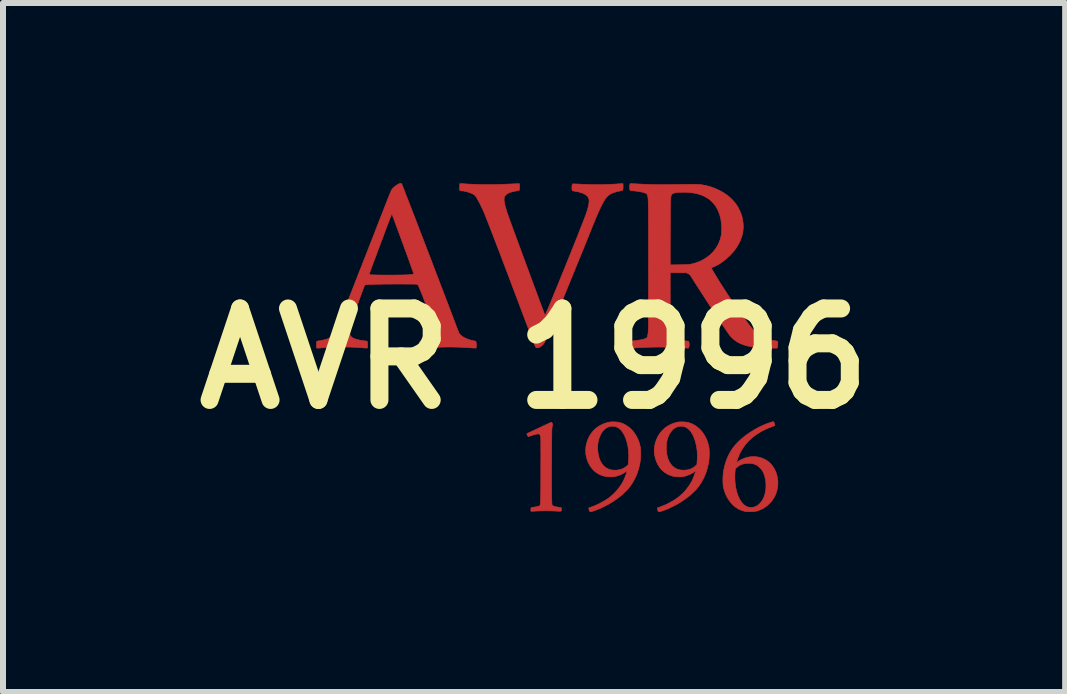
<source format=kicad_pcb>
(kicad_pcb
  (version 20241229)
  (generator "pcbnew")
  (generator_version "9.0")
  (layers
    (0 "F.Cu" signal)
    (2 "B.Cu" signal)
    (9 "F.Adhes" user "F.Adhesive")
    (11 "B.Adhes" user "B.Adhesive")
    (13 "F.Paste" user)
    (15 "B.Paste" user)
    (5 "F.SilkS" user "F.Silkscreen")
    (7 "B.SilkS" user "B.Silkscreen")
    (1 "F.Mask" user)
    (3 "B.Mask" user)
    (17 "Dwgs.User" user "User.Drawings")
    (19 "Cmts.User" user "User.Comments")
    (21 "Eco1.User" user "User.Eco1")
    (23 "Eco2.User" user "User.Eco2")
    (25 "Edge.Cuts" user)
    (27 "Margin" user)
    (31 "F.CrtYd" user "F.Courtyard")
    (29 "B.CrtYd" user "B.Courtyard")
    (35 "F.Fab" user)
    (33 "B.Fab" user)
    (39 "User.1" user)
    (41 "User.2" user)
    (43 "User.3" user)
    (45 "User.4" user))
  (footprint "AVR 1996"
    (layer "F.Cu")
    (at 5.849 2.925)
    (property "Reference" "AVR 1996" (at 0 0 0) (layer "F.SilkS") (effects (font (size 1.524 1.524) (thickness 0.3))))
    (attr through_hole)
    (fp_poly (pts (xy 0.296 1.066) (xy 0.303 1.078) (xy 0.303 1.078) (xy 0.306 1.086) (xy 0.307 1.094) (xy 0.307 1.103) (xy 0.306 1.117) (xy 0.302 1.138) (xy 0.302 1.138) (xy 0.301 1.145) (xy 0.3 1.153) (xy 0.299 1.161) (xy 0.298 1.171) (xy 0.298 1.183) (xy 0.297 1.198) (xy 0.297 1.215) (xy 0.296 1.236) (xy 0.296 1.261) (xy 0.295 1.289) (xy 0.295 1.323) (xy 0.295 1.361) (xy 0.294 1.405) (xy 0.294 1.455) (xy 0.294 1.512) (xy 0.294 1.575) (xy 0.294 1.646) (xy 0.293 1.724) (xy 0.293 1.767) (xy 0.293 1.856) (xy 0.293 1.937) (xy 0.293 2.01) (xy 0.293 2.075) (xy 0.293 2.134) (xy 0.293 2.186) (xy 0.293 2.232) (xy 0.294 2.273) (xy 0.294 2.308) (xy 0.295 2.338) (xy 0.295 2.363) (xy 0.296 2.384) (xy 0.297 2.402) (xy 0.298 2.416) (xy 0.299 2.427) (xy 0.3 2.435) (xy 0.302 2.441) (xy 0.303 2.443) (xy 0.31 2.451) (xy 0.324 2.458) (xy 0.345 2.465) (xy 0.371 2.471) (xy 0.402 2.476) (xy 0.423 2.479) (xy 0.438 2.481) (xy 0.449 2.484) (xy 0.454 2.487) (xy 0.456 2.494) (xy 0.457 2.507) (xy 0.457 2.521) (xy 0.455 2.534) (xy 0.453 2.54) (xy 0.451 2.541) (xy 0.447 2.543) (xy 0.439 2.543) (xy 0.427 2.544) (xy 0.41 2.543) (xy 0.387 2.542) (xy 0.357 2.541) (xy 0.338 2.54) (xy 0.261 2.537) (xy 0.183 2.537) (xy 0.102 2.538) (xy 0.015 2.542) (xy -0.001 2.543) (xy -0.05 2.545) (xy -0.053 2.527) (xy -0.054 2.512) (xy -0.052 2.498) (xy -0.052 2.496) (xy -0.05 2.49) (xy -0.047 2.486) (xy -0.042 2.483) (xy -0.033 2.481) (xy -0.018 2.479) (xy 0.002 2.475) (xy 0.035 2.47) (xy 0.062 2.464) (xy 0.082 2.458) (xy 0.094 2.452) (xy 0.097 2.45) (xy 0.099 2.447) (xy 0.101 2.443) (xy 0.102 2.439) (xy 0.104 2.433) (xy 0.105 2.425) (xy 0.106 2.414) (xy 0.107 2.401) (xy 0.108 2.384) (xy 0.109 2.364) (xy 0.11 2.339) (xy 0.11 2.31) (xy 0.111 2.277) (xy 0.111 2.237) (xy 0.112 2.192) (xy 0.112 2.14) (xy 0.112 2.082) (xy 0.113 2.017) (xy 0.113 1.944) (xy 0.113 1.863) (xy 0.113 1.859) (xy 0.113 1.77) (xy 0.113 1.689) (xy 0.114 1.616) (xy 0.113 1.552) (xy 0.113 1.495) (xy 0.113 1.445) (xy 0.113 1.403) (xy 0.113 1.368) (xy 0.112 1.341) (xy 0.112 1.32) (xy 0.111 1.306) (xy 0.11 1.298) (xy 0.11 1.297) (xy 0.102 1.276) (xy 0.09 1.262) (xy 0.077 1.255) (xy 0.066 1.255) (xy 0.048 1.257) (xy 0.025 1.262) (xy -0.002 1.27) (xy -0.033 1.279) (xy -0.046 1.284) (xy -0.094 1.301) (xy -0.104 1.29) (xy -0.112 1.279) (xy -0.117 1.265) (xy -0.119 1.251) (xy -0.065 1.226) (xy -0.048 1.218) (xy -0.025 1.207) (xy 0.003 1.194) (xy 0.035 1.179) (xy 0.069 1.163) (xy 0.104 1.146) (xy 0.135 1.132) (xy 0.167 1.116) (xy 0.198 1.102) (xy 0.226 1.089) (xy 0.249 1.078) (xy 0.268 1.07) (xy 0.281 1.065) (xy 0.288 1.063) (xy 0.288 1.063) (xy 0.296 1.066)) (stroke (width 0.01) (type solid)) (fill yes) (layer "F.Cu"))
    (fp_poly (pts (xy 1.357 1.056) (xy 1.39 1.059) (xy 1.419 1.063) (xy 1.434 1.067) (xy 1.488 1.086) (xy 1.539 1.114) (xy 1.586 1.148) (xy 1.63 1.188) (xy 1.668 1.234) (xy 1.702 1.286) (xy 1.73 1.341) (xy 1.753 1.401) (xy 1.769 1.465) (xy 1.772 1.481) (xy 1.775 1.511) (xy 1.777 1.548) (xy 1.778 1.588) (xy 1.776 1.63) (xy 1.774 1.672) (xy 1.769 1.712) (xy 1.765 1.74) (xy 1.746 1.826) (xy 1.72 1.909) (xy 1.687 1.987) (xy 1.646 2.061) (xy 1.6 2.131) (xy 1.579 2.156) (xy 1.562 2.177) (xy 1.539 2.201) (xy 1.513 2.226) (xy 1.486 2.252) (xy 1.459 2.276) (xy 1.439 2.293) (xy 1.375 2.341) (xy 1.306 2.388) (xy 1.232 2.432) (xy 1.157 2.471) (xy 1.081 2.506) (xy 1.008 2.534) (xy 0.998 2.537) (xy 0.974 2.545) (xy 0.956 2.55) (xy 0.943 2.552) (xy 0.935 2.551) (xy 0.929 2.547) (xy 0.925 2.543) (xy 0.921 2.534) (xy 0.917 2.521) (xy 0.914 2.507) (xy 0.913 2.496) (xy 0.913 2.489) (xy 0.914 2.489) (xy 0.919 2.486) (xy 0.93 2.482) (xy 0.94 2.479) (xy 0.996 2.458) (xy 1.055 2.433) (xy 1.115 2.403) (xy 1.173 2.37) (xy 1.227 2.336) (xy 1.275 2.3) (xy 1.278 2.297) (xy 1.329 2.252) (xy 1.377 2.202) (xy 1.42 2.147) (xy 1.459 2.091) (xy 1.491 2.034) (xy 1.498 2.019) (xy 1.506 2) (xy 1.515 1.978) (xy 1.524 1.954) (xy 1.533 1.93) (xy 1.54 1.908) (xy 1.546 1.891) (xy 1.547 1.884) (xy 1.55 1.87) (xy 1.528 1.887) (xy 1.495 1.909) (xy 1.456 1.929) (xy 1.414 1.946) (xy 1.371 1.96) (xy 1.33 1.969) (xy 1.328 1.969) (xy 1.292 1.972) (xy 1.251 1.971) (xy 1.209 1.967) (xy 1.167 1.959) (xy 1.13 1.948) (xy 1.08 1.926) (xy 1.034 1.897) (xy 0.992 1.862) (xy 0.955 1.82) (xy 0.924 1.773) (xy 0.898 1.721) (xy 0.879 1.665) (xy 0.865 1.604) (xy 0.863 1.59) (xy 0.86 1.53) (xy 0.861 1.509) (xy 1.06 1.509) (xy 1.062 1.54) (xy 1.071 1.601) (xy 1.085 1.657) (xy 1.104 1.706) (xy 1.128 1.748) (xy 1.157 1.784) (xy 1.19 1.813) (xy 1.228 1.836) (xy 1.27 1.851) (xy 1.317 1.859) (xy 1.367 1.86) (xy 1.421 1.853) (xy 1.427 1.851) (xy 1.469 1.839) (xy 1.508 1.819) (xy 1.542 1.794) (xy 1.544 1.792) (xy 1.571 1.767) (xy 1.575 1.706) (xy 1.579 1.618) (xy 1.575 1.535) (xy 1.563 1.455) (xy 1.544 1.378) (xy 1.524 1.319) (xy 1.502 1.27) (xy 1.476 1.227) (xy 1.448 1.191) (xy 1.416 1.163) (xy 1.383 1.143) (xy 1.347 1.131) (xy 1.309 1.127) (xy 1.294 1.127) (xy 1.254 1.134) (xy 1.217 1.149) (xy 1.183 1.171) (xy 1.153 1.201) (xy 1.125 1.239) (xy 1.105 1.276) (xy 1.084 1.328) (xy 1.069 1.385) (xy 1.061 1.445) (xy 1.06 1.509) (xy 0.861 1.509) (xy 0.864 1.47) (xy 0.876 1.411) (xy 0.895 1.354) (xy 0.92 1.299) (xy 0.952 1.248) (xy 0.99 1.202) (xy 1.033 1.161) (xy 1.05 1.147) (xy 1.097 1.117) (xy 1.148 1.091) (xy 1.201 1.072) (xy 1.253 1.059) (xy 1.261 1.058) (xy 1.29 1.055) (xy 1.323 1.055) (xy 1.357 1.056)) (stroke (width 0.01) (type solid)) (fill yes) (layer "F.Cu"))
    (fp_poly (pts (xy 2.5 1.056) (xy 2.533 1.059) (xy 2.562 1.063) (xy 2.577 1.067) (xy 2.631 1.086) (xy 2.682 1.114) (xy 2.729 1.148) (xy 2.773 1.188) (xy 2.811 1.234) (xy 2.845 1.286) (xy 2.873 1.341) (xy 2.896 1.401) (xy 2.912 1.465) (xy 2.915 1.481) (xy 2.918 1.511) (xy 2.92 1.548) (xy 2.921 1.588) (xy 2.919 1.63) (xy 2.917 1.672) (xy 2.912 1.712) (xy 2.908 1.74) (xy 2.889 1.826) (xy 2.863 1.909) (xy 2.83 1.987) (xy 2.789 2.061) (xy 2.743 2.131) (xy 2.722 2.156) (xy 2.705 2.177) (xy 2.682 2.201) (xy 2.656 2.226) (xy 2.629 2.252) (xy 2.602 2.276) (xy 2.582 2.293) (xy 2.518 2.341) (xy 2.449 2.388) (xy 2.375 2.432) (xy 2.3 2.471) (xy 2.224 2.506) (xy 2.151 2.534) (xy 2.141 2.537) (xy 2.117 2.545) (xy 2.099 2.55) (xy 2.086 2.552) (xy 2.078 2.551) (xy 2.072 2.547) (xy 2.068 2.543) (xy 2.064 2.534) (xy 2.06 2.521) (xy 2.057 2.507) (xy 2.056 2.496) (xy 2.056 2.489) (xy 2.057 2.489) (xy 2.062 2.486) (xy 2.073 2.482) (xy 2.083 2.479) (xy 2.139 2.458) (xy 2.198 2.433) (xy 2.258 2.403) (xy 2.316 2.37) (xy 2.37 2.336) (xy 2.418 2.3) (xy 2.421 2.297) (xy 2.472 2.252) (xy 2.52 2.202) (xy 2.563 2.147) (xy 2.602 2.091) (xy 2.634 2.034) (xy 2.641 2.019) (xy 2.649 2) (xy 2.658 1.978) (xy 2.667 1.954) (xy 2.676 1.93) (xy 2.683 1.908) (xy 2.689 1.891) (xy 2.69 1.884) (xy 2.693 1.87) (xy 2.671 1.887) (xy 2.638 1.909) (xy 2.599 1.929) (xy 2.557 1.946) (xy 2.514 1.96) (xy 2.473 1.969) (xy 2.471 1.969) (xy 2.435 1.972) (xy 2.394 1.971) (xy 2.352 1.967) (xy 2.31 1.959) (xy 2.273 1.948) (xy 2.223 1.926) (xy 2.177 1.897) (xy 2.135 1.862) (xy 2.098 1.82) (xy 2.067 1.773) (xy 2.041 1.721) (xy 2.022 1.665) (xy 2.008 1.604) (xy 2.006 1.59) (xy 2.003 1.53) (xy 2.004 1.509) (xy 2.203 1.509) (xy 2.205 1.54) (xy 2.214 1.601) (xy 2.228 1.657) (xy 2.247 1.706) (xy 2.271 1.748) (xy 2.3 1.784) (xy 2.333 1.813) (xy 2.371 1.836) (xy 2.413 1.851) (xy 2.46 1.859) (xy 2.51 1.86) (xy 2.564 1.853) (xy 2.57 1.851) (xy 2.612 1.839) (xy 2.651 1.819) (xy 2.685 1.794) (xy 2.687 1.792) (xy 2.714 1.767) (xy 2.718 1.706) (xy 2.722 1.618) (xy 2.718 1.535) (xy 2.706 1.455) (xy 2.687 1.378) (xy 2.667 1.319) (xy 2.645 1.27) (xy 2.619 1.227) (xy 2.591 1.191) (xy 2.559 1.163) (xy 2.526 1.143) (xy 2.49 1.131) (xy 2.452 1.127) (xy 2.437 1.127) (xy 2.397 1.134) (xy 2.36 1.149) (xy 2.326 1.171) (xy 2.296 1.201) (xy 2.268 1.239) (xy 2.248 1.276) (xy 2.227 1.328) (xy 2.212 1.385) (xy 2.204 1.445) (xy 2.203 1.509) (xy 2.004 1.509) (xy 2.007 1.47) (xy 2.019 1.411) (xy 2.038 1.354) (xy 2.063 1.299) (xy 2.095 1.248) (xy 2.133 1.202) (xy 2.176 1.161) (xy 2.193 1.147) (xy 2.24 1.117) (xy 2.291 1.091) (xy 2.344 1.072) (xy 2.396 1.059) (xy 2.404 1.058) (xy 2.433 1.055) (xy 2.466 1.055) (xy 2.5 1.056)) (stroke (width 0.01) (type solid)) (fill yes) (layer "F.Cu"))
    (fp_poly (pts (xy 3.99 1.052) (xy 3.995 1.058) (xy 4.001 1.07) (xy 4.006 1.085) (xy 4.01 1.102) (xy 4.011 1.103) (xy 4.013 1.116) (xy 3.953 1.138) (xy 3.865 1.175) (xy 3.784 1.216) (xy 3.71 1.262) (xy 3.642 1.312) (xy 3.581 1.367) (xy 3.527 1.427) (xy 3.48 1.491) (xy 3.44 1.559) (xy 3.431 1.577) (xy 3.423 1.594) (xy 3.415 1.615) (xy 3.406 1.637) (xy 3.397 1.66) (xy 3.389 1.682) (xy 3.383 1.701) (xy 3.378 1.716) (xy 3.375 1.727) (xy 3.375 1.73) (xy 3.379 1.729) (xy 3.389 1.723) (xy 3.401 1.715) (xy 3.405 1.712) (xy 3.439 1.691) (xy 3.479 1.672) (xy 3.522 1.655) (xy 3.541 1.649) (xy 3.575 1.641) (xy 3.615 1.636) (xy 3.656 1.634) (xy 3.696 1.636) (xy 3.731 1.64) (xy 3.788 1.655) (xy 3.841 1.677) (xy 3.888 1.705) (xy 3.931 1.74) (xy 3.968 1.781) (xy 4 1.829) (xy 4.026 1.882) (xy 4.046 1.941) (xy 4.055 1.981) (xy 4.062 2.025) (xy 4.064 2.073) (xy 4.064 2.074) (xy 4.06 2.137) (xy 4.048 2.198) (xy 4.029 2.256) (xy 4.003 2.311) (xy 3.97 2.362) (xy 3.932 2.408) (xy 3.888 2.449) (xy 3.839 2.485) (xy 3.785 2.514) (xy 3.727 2.536) (xy 3.71 2.541) (xy 3.688 2.545) (xy 3.66 2.548) (xy 3.628 2.551) (xy 3.596 2.552) (xy 3.565 2.551) (xy 3.537 2.55) (xy 3.515 2.547) (xy 3.514 2.546) (xy 3.457 2.53) (xy 3.404 2.506) (xy 3.356 2.475) (xy 3.311 2.436) (xy 3.27 2.39) (xy 3.241 2.35) (xy 3.212 2.302) (xy 3.189 2.253) (xy 3.17 2.199) (xy 3.155 2.142) (xy 3.152 2.119) (xy 3.149 2.09) (xy 3.148 2.056) (xy 3.147 2.019) (xy 3.148 1.984) (xy 3.346 1.984) (xy 3.349 2.049) (xy 3.355 2.112) (xy 3.366 2.172) (xy 3.38 2.228) (xy 3.397 2.28) (xy 3.418 2.327) (xy 3.442 2.369) (xy 3.468 2.406) (xy 3.497 2.435) (xy 3.528 2.458) (xy 3.561 2.473) (xy 3.568 2.475) (xy 3.59 2.479) (xy 3.616 2.48) (xy 3.642 2.479) (xy 3.661 2.476) (xy 3.696 2.464) (xy 3.73 2.444) (xy 3.761 2.417) (xy 3.789 2.384) (xy 3.814 2.345) (xy 3.825 2.323) (xy 3.843 2.276) (xy 3.855 2.224) (xy 3.863 2.168) (xy 3.865 2.112) (xy 3.862 2.055) (xy 3.853 1.999) (xy 3.84 1.947) (xy 3.821 1.9) (xy 3.812 1.88) (xy 3.796 1.857) (xy 3.776 1.833) (xy 3.754 1.81) (xy 3.73 1.79) (xy 3.708 1.775) (xy 3.7 1.77) (xy 3.657 1.755) (xy 3.61 1.746) (xy 3.56 1.745) (xy 3.556 1.746) (xy 3.509 1.751) (xy 3.468 1.761) (xy 3.432 1.776) (xy 3.399 1.797) (xy 3.38 1.814) (xy 3.353 1.839) (xy 3.348 1.917) (xy 3.346 1.984) (xy 3.148 1.984) (xy 3.148 1.982) (xy 3.15 1.945) (xy 3.153 1.911) (xy 3.155 1.89) (xy 3.171 1.81) (xy 3.192 1.732) (xy 3.22 1.657) (xy 3.253 1.586) (xy 3.292 1.521) (xy 3.318 1.484) (xy 3.362 1.43) (xy 3.414 1.377) (xy 3.472 1.325) (xy 3.536 1.274) (xy 3.605 1.227) (xy 3.677 1.182) (xy 3.751 1.142) (xy 3.813 1.113) (xy 3.838 1.102) (xy 3.865 1.091) (xy 3.892 1.081) (xy 3.918 1.072) (xy 3.942 1.064) (xy 3.963 1.057) (xy 3.978 1.053) (xy 3.988 1.052) (xy 3.99 1.052)) (stroke (width 0.01) (type solid)) (fill yes) (layer "F.Cu"))
    (fp_poly (pts (xy 1.481 -2.915) (xy 1.481 -2.914) (xy 1.483 -2.909) (xy 1.483 -2.897) (xy 1.484 -2.88) (xy 1.484 -2.862) (xy 1.483 -2.843) (xy 1.482 -2.827) (xy 1.48 -2.814) (xy 1.479 -2.809) (xy 1.474 -2.804) (xy 1.466 -2.8) (xy 1.452 -2.797) (xy 1.439 -2.794) (xy 1.408 -2.788) (xy 1.373 -2.78) (xy 1.339 -2.769) (xy 1.307 -2.758) (xy 1.289 -2.749) (xy 1.265 -2.737) (xy 1.244 -2.722) (xy 1.224 -2.705) (xy 1.205 -2.684) (xy 1.186 -2.659) (xy 1.167 -2.628) (xy 1.146 -2.592) (xy 1.127 -2.554) (xy 1.115 -2.531) (xy 1.104 -2.507) (xy 1.092 -2.483) (xy 1.08 -2.457) (xy 1.068 -2.429) (xy 1.055 -2.399) (xy 1.04 -2.365) (xy 1.024 -2.327) (xy 1.007 -2.284) (xy 0.987 -2.236) (xy 0.965 -2.182) (xy 0.941 -2.121) (xy 0.921 -2.072) (xy 0.891 -1.998) (xy 0.86 -1.921) (xy 0.828 -1.842) (xy 0.795 -1.761) (xy 0.761 -1.678) (xy 0.727 -1.595) (xy 0.693 -1.511) (xy 0.659 -1.426) (xy 0.624 -1.342) (xy 0.59 -1.258) (xy 0.555 -1.174) (xy 0.522 -1.093) (xy 0.489 -1.012) (xy 0.456 -0.934) (xy 0.425 -0.858) (xy 0.395 -0.785) (xy 0.366 -0.716) (xy 0.338 -0.65) (xy 0.312 -0.587) (xy 0.288 -0.53) (xy 0.266 -0.476) (xy 0.246 -0.429) (xy 0.228 -0.386) (xy 0.212 -0.35) (xy 0.199 -0.319) (xy 0.188 -0.296) (xy 0.181 -0.28) (xy 0.177 -0.271) (xy 0.156 -0.241) (xy 0.132 -0.216) (xy 0.106 -0.196) (xy 0.079 -0.184) (xy 0.06 -0.179) (xy 0.046 -0.178) (xy 0.038 -0.181) (xy 0.033 -0.185) (xy 0.031 -0.187) (xy 0.029 -0.189) (xy 0.027 -0.192) (xy 0.025 -0.196) (xy 0.022 -0.201) (xy 0.019 -0.208) (xy 0.015 -0.216) (xy 0.01 -0.227) (xy 0.005 -0.241) (xy -0.002 -0.257) (xy -0.01 -0.277) (xy -0.019 -0.301) (xy -0.029 -0.328) (xy -0.042 -0.36) (xy -0.056 -0.397) (xy -0.071 -0.439) (xy -0.089 -0.486) (xy -0.109 -0.539) (xy -0.132 -0.598) (xy -0.156 -0.664) (xy -0.184 -0.736) (xy -0.214 -0.816) (xy -0.247 -0.903) (xy -0.248 -0.908) (xy -0.298 -1.039) (xy -0.346 -1.166) (xy -0.392 -1.288) (xy -0.436 -1.405) (xy -0.479 -1.518) (xy -0.52 -1.625) (xy -0.558 -1.727) (xy -0.595 -1.823) (xy -0.63 -1.913) (xy -0.662 -1.998) (xy -0.692 -2.076) (xy -0.72 -2.148) (xy -0.745 -2.213) (xy -0.768 -2.271) (xy -0.788 -2.322) (xy -0.806 -2.366) (xy -0.82 -2.403) (xy -0.832 -2.432) (xy -0.836 -2.441) (xy -0.851 -2.475) (xy -0.868 -2.51) (xy -0.885 -2.546) (xy -0.903 -2.582) (xy -0.92 -2.615) (xy -0.937 -2.646) (xy -0.952 -2.672) (xy -0.965 -2.694) (xy -0.976 -2.709) (xy -0.979 -2.713) (xy -0.998 -2.729) (xy -1.023 -2.744) (xy -1.054 -2.758) (xy -1.09 -2.771) (xy -1.129 -2.782) (xy -1.171 -2.791) (xy -1.21 -2.796) (xy -1.225 -2.798) (xy -1.233 -2.801) (xy -1.237 -2.805) (xy -1.239 -2.809) (xy -1.24 -2.817) (xy -1.24 -2.831) (xy -1.24 -2.848) (xy -1.24 -2.867) (xy -1.239 -2.885) (xy -1.238 -2.9) (xy -1.237 -2.911) (xy -1.236 -2.914) (xy -1.231 -2.915) (xy -1.219 -2.915) (xy -1.2 -2.914) (xy -1.176 -2.913) (xy -1.147 -2.911) (xy -1.115 -2.909) (xy -1.083 -2.907) (xy -0.949 -2.901) (xy -0.807 -2.898) (xy -0.66 -2.899) (xy -0.507 -2.903) (xy -0.42 -2.908) (xy -0.382 -2.909) (xy -0.348 -2.911) (xy -0.316 -2.912) (xy -0.29 -2.913) (xy -0.269 -2.914) (xy -0.254 -2.915) (xy -0.246 -2.914) (xy -0.245 -2.914) (xy -0.243 -2.909) (xy -0.242 -2.898) (xy -0.242 -2.882) (xy -0.241 -2.864) (xy -0.242 -2.845) (xy -0.243 -2.829) (xy -0.244 -2.816) (xy -0.245 -2.81) (xy -0.248 -2.805) (xy -0.253 -2.801) (xy -0.262 -2.798) (xy -0.277 -2.796) (xy -0.284 -2.795) (xy -0.313 -2.79) (xy -0.343 -2.783) (xy -0.372 -2.776) (xy -0.398 -2.769) (xy -0.419 -2.761) (xy -0.426 -2.758) (xy -0.449 -2.744) (xy -0.47 -2.727) (xy -0.485 -2.709) (xy -0.492 -2.699) (xy -0.497 -2.681) (xy -0.499 -2.658) (xy -0.498 -2.629) (xy -0.493 -2.596) (xy -0.485 -2.556) (xy -0.472 -2.51) (xy -0.456 -2.456) (xy -0.452 -2.443) (xy -0.448 -2.43) (xy -0.441 -2.411) (xy -0.432 -2.385) (xy -0.42 -2.353) (xy -0.407 -2.315) (xy -0.391 -2.272) (xy -0.374 -2.224) (xy -0.355 -2.172) (xy -0.334 -2.116) (xy -0.312 -2.056) (xy -0.289 -1.993) (xy -0.265 -1.928) (xy -0.24 -1.86) (xy -0.215 -1.791) (xy -0.189 -1.72) (xy -0.162 -1.649) (xy -0.136 -1.577) (xy -0.109 -1.505) (xy -0.083 -1.434) (xy -0.057 -1.363) (xy -0.031 -1.294) (xy -0.007 -1.227) (xy 0.018 -1.162) (xy 0.041 -1.1) (xy 0.063 -1.041) (xy 0.083 -0.985) (xy 0.102 -0.934) (xy 0.12 -0.887) (xy 0.136 -0.845) (xy 0.15 -0.808) (xy 0.161 -0.777) (xy 0.171 -0.753) (xy 0.178 -0.735) (xy 0.182 -0.724) (xy 0.184 -0.721) (xy 0.186 -0.724) (xy 0.191 -0.735) (xy 0.199 -0.752) (xy 0.209 -0.777) (xy 0.222 -0.807) (xy 0.238 -0.843) (xy 0.255 -0.884) (xy 0.274 -0.93) (xy 0.295 -0.981) (xy 0.318 -1.036) (xy 0.341 -1.094) (xy 0.367 -1.155) (xy 0.393 -1.219) (xy 0.42 -1.285) (xy 0.447 -1.353) (xy 0.475 -1.422) (xy 0.504 -1.493) (xy 0.533 -1.563) (xy 0.561 -1.634) (xy 0.59 -1.705) (xy 0.618 -1.775) (xy 0.645 -1.843) (xy 0.672 -1.91) (xy 0.698 -1.975) (xy 0.723 -2.037) (xy 0.746 -2.097) (xy 0.768 -2.153) (xy 0.789 -2.205) (xy 0.808 -2.253) (xy 0.825 -2.296) (xy 0.839 -2.335) (xy 0.852 -2.367) (xy 0.862 -2.394) (xy 0.869 -2.414) (xy 0.871 -2.419) (xy 0.886 -2.465) (xy 0.898 -2.509) (xy 0.907 -2.549) (xy 0.914 -2.586) (xy 0.917 -2.617) (xy 0.917 -2.642) (xy 0.915 -2.657) (xy 0.903 -2.686) (xy 0.883 -2.711) (xy 0.855 -2.733) (xy 0.819 -2.752) (xy 0.776 -2.768) (xy 0.725 -2.781) (xy 0.667 -2.791) (xy 0.66 -2.792) (xy 0.647 -2.794) (xy 0.64 -2.798) (xy 0.636 -2.805) (xy 0.635 -2.808) (xy 0.632 -2.822) (xy 0.631 -2.84) (xy 0.631 -2.86) (xy 0.633 -2.879) (xy 0.636 -2.895) (xy 0.64 -2.907) (xy 0.644 -2.911) (xy 0.649 -2.911) (xy 0.661 -2.911) (xy 0.68 -2.91) (xy 0.704 -2.909) (xy 0.732 -2.908) (xy 0.764 -2.906) (xy 0.776 -2.906) (xy 0.858 -2.902) (xy 0.943 -2.899) (xy 1.029 -2.898) (xy 1.115 -2.898) (xy 1.197 -2.9) (xy 1.275 -2.903) (xy 1.347 -2.907) (xy 1.354 -2.907) (xy 1.386 -2.91) (xy 1.415 -2.912) (xy 1.44 -2.913) (xy 1.46 -2.914) (xy 1.474 -2.915) (xy 1.481 -2.915)) (stroke (width 0.01) (type solid)) (fill yes) (layer "F.Cu"))
    (fp_poly (pts (xy 1.622 -2.915) (xy 1.641 -2.914) (xy 1.666 -2.913) (xy 1.695 -2.912) (xy 1.728 -2.91) (xy 1.764 -2.908) (xy 1.768 -2.908) (xy 1.817 -2.905) (xy 1.866 -2.903) (xy 1.916 -2.901) (xy 1.969 -2.9) (xy 2.024 -2.899) (xy 2.082 -2.898) (xy 2.146 -2.898) (xy 2.214 -2.898) (xy 2.288 -2.899) (xy 2.369 -2.9) (xy 2.457 -2.901) (xy 2.485 -2.901) (xy 2.54 -2.902) (xy 2.588 -2.903) (xy 2.63 -2.903) (xy 2.665 -2.903) (xy 2.696 -2.903) (xy 2.722 -2.902) (xy 2.746 -2.901) (xy 2.767 -2.899) (xy 2.787 -2.897) (xy 2.807 -2.894) (xy 2.828 -2.89) (xy 2.849 -2.886) (xy 2.857 -2.885) (xy 2.934 -2.865) (xy 3.009 -2.839) (xy 3.083 -2.805) (xy 3.154 -2.766) (xy 3.219 -2.722) (xy 3.239 -2.706) (xy 3.265 -2.684) (xy 3.293 -2.657) (xy 3.32 -2.629) (xy 3.345 -2.6) (xy 3.366 -2.574) (xy 3.375 -2.56) (xy 3.391 -2.536) (xy 3.407 -2.506) (xy 3.423 -2.474) (xy 3.438 -2.443) (xy 3.449 -2.414) (xy 3.455 -2.4) (xy 3.467 -2.356) (xy 3.477 -2.307) (xy 3.484 -2.257) (xy 3.487 -2.209) (xy 3.486 -2.166) (xy 3.486 -2.165) (xy 3.478 -2.097) (xy 3.461 -2.03) (xy 3.436 -1.964) (xy 3.403 -1.898) (xy 3.363 -1.835) (xy 3.316 -1.774) (xy 3.263 -1.716) (xy 3.202 -1.661) (xy 3.136 -1.609) (xy 3.128 -1.604) (xy 3.097 -1.583) (xy 3.063 -1.563) (xy 3.028 -1.544) (xy 2.995 -1.529) (xy 2.989 -1.527) (xy 2.974 -1.52) (xy 2.962 -1.514) (xy 2.955 -1.51) (xy 2.955 -1.509) (xy 2.957 -1.504) (xy 2.963 -1.492) (xy 2.973 -1.475) (xy 2.985 -1.454) (xy 3 -1.428) (xy 3.017 -1.4) (xy 3.036 -1.369) (xy 3.055 -1.337) (xy 3.075 -1.305) (xy 3.095 -1.273) (xy 3.104 -1.257) (xy 3.161 -1.169) (xy 3.22 -1.077) (xy 3.284 -0.983) (xy 3.351 -0.885) (xy 3.424 -0.783) (xy 3.502 -0.675) (xy 3.517 -0.654) (xy 3.546 -0.615) (xy 3.57 -0.582) (xy 3.59 -0.555) (xy 3.608 -0.532) (xy 3.623 -0.513) (xy 3.637 -0.496) (xy 3.649 -0.482) (xy 3.661 -0.469) (xy 3.673 -0.456) (xy 3.687 -0.443) (xy 3.69 -0.44) (xy 3.736 -0.4) (xy 3.784 -0.368) (xy 3.836 -0.341) (xy 3.891 -0.321) (xy 3.953 -0.307) (xy 3.978 -0.303) (xy 4.005 -0.299) (xy 4.026 -0.295) (xy 4.04 -0.293) (xy 4.049 -0.29) (xy 4.055 -0.288) (xy 4.058 -0.285) (xy 4.06 -0.281) (xy 4.061 -0.277) (xy 4.062 -0.265) (xy 4.062 -0.246) (xy 4.061 -0.225) (xy 4.058 -0.204) (xy 4.055 -0.192) (xy 4.05 -0.174) (xy 3.988 -0.174) (xy 3.946 -0.174) (xy 3.898 -0.176) (xy 3.848 -0.178) (xy 3.798 -0.18) (xy 3.75 -0.184) (xy 3.707 -0.187) (xy 3.694 -0.188) (xy 3.62 -0.198) (xy 3.553 -0.211) (xy 3.493 -0.228) (xy 3.438 -0.25) (xy 3.389 -0.275) (xy 3.344 -0.306) (xy 3.303 -0.341) (xy 3.266 -0.381) (xy 3.266 -0.381) (xy 3.256 -0.394) (xy 3.242 -0.414) (xy 3.224 -0.439) (xy 3.202 -0.471) (xy 3.177 -0.508) (xy 3.148 -0.55) (xy 3.117 -0.596) (xy 3.084 -0.647) (xy 3.048 -0.701) (xy 3.01 -0.758) (xy 2.971 -0.818) (xy 2.93 -0.881) (xy 2.888 -0.945) (xy 2.846 -1.011) (xy 2.803 -1.077) (xy 2.759 -1.145) (xy 2.716 -1.212) (xy 2.673 -1.279) (xy 2.643 -1.327) (xy 2.597 -1.399) (xy 2.539 -1.429) (xy 2.404 -1.43) (xy 2.269 -1.431) (xy 2.269 -0.984) (xy 2.269 -0.913) (xy 2.269 -0.845) (xy 2.27 -0.782) (xy 2.27 -0.722) (xy 2.27 -0.668) (xy 2.271 -0.619) (xy 2.271 -0.576) (xy 2.272 -0.54) (xy 2.272 -0.51) (xy 2.273 -0.488) (xy 2.274 -0.474) (xy 2.274 -0.474) (xy 2.277 -0.434) (xy 2.281 -0.401) (xy 2.286 -0.375) (xy 2.291 -0.357) (xy 2.297 -0.347) (xy 2.308 -0.339) (xy 2.326 -0.331) (xy 2.351 -0.324) (xy 2.381 -0.316) (xy 2.417 -0.309) (xy 2.456 -0.303) (xy 2.498 -0.298) (xy 2.521 -0.295) (xy 2.576 -0.29) (xy 2.581 -0.275) (xy 2.585 -0.258) (xy 2.586 -0.239) (xy 2.586 -0.22) (xy 2.583 -0.202) (xy 2.579 -0.187) (xy 2.574 -0.177) (xy 2.568 -0.174) (xy 2.562 -0.174) (xy 2.549 -0.175) (xy 2.529 -0.176) (xy 2.504 -0.177) (xy 2.475 -0.179) (xy 2.442 -0.181) (xy 2.41 -0.183) (xy 2.234 -0.19) (xy 2.055 -0.192) (xy 1.876 -0.188) (xy 1.77 -0.183) (xy 1.735 -0.181) (xy 1.702 -0.179) (xy 1.672 -0.177) (xy 1.648 -0.176) (xy 1.628 -0.175) (xy 1.616 -0.174) (xy 1.61 -0.174) (xy 1.604 -0.177) (xy 1.599 -0.183) (xy 1.597 -0.193) (xy 1.595 -0.208) (xy 1.594 -0.227) (xy 1.594 -0.246) (xy 1.595 -0.264) (xy 1.598 -0.277) (xy 1.599 -0.283) (xy 1.607 -0.29) (xy 1.618 -0.292) (xy 1.633 -0.293) (xy 1.654 -0.295) (xy 1.68 -0.298) (xy 1.708 -0.301) (xy 1.736 -0.306) (xy 1.763 -0.31) (xy 1.787 -0.314) (xy 1.791 -0.315) (xy 1.825 -0.323) (xy 1.852 -0.332) (xy 1.871 -0.341) (xy 1.883 -0.351) (xy 1.886 -0.356) (xy 1.889 -0.364) (xy 1.893 -0.379) (xy 1.896 -0.399) (xy 1.9 -0.42) (xy 1.9 -0.426) (xy 1.901 -0.432) (xy 1.902 -0.439) (xy 1.902 -0.448) (xy 1.903 -0.458) (xy 1.904 -0.469) (xy 1.904 -0.483) (xy 1.904 -0.5) (xy 1.905 -0.519) (xy 1.905 -0.541) (xy 1.906 -0.567) (xy 1.906 -0.596) (xy 1.906 -0.63) (xy 1.906 -0.667) (xy 1.906 -0.71) (xy 1.907 -0.758) (xy 1.907 -0.811) (xy 1.907 -0.869) (xy 1.907 -0.934) (xy 1.907 -1.005) (xy 1.907 -1.083) (xy 1.907 -1.167) (xy 1.907 -1.259) (xy 1.907 -1.359) (xy 1.907 -1.466) (xy 1.907 -1.539) (xy 1.907 -1.561) (xy 2.269 -1.561) (xy 2.42 -1.563) (xy 2.461 -1.564) (xy 2.495 -1.564) (xy 2.523 -1.565) (xy 2.545 -1.566) (xy 2.563 -1.567) (xy 2.579 -1.568) (xy 2.592 -1.57) (xy 2.605 -1.572) (xy 2.618 -1.574) (xy 2.69 -1.593) (xy 2.759 -1.618) (xy 2.823 -1.65) (xy 2.883 -1.688) (xy 2.937 -1.731) (xy 2.985 -1.779) (xy 3.027 -1.833) (xy 3.063 -1.89) (xy 3.08 -1.927) (xy 3.103 -1.986) (xy 3.118 -2.047) (xy 3.126 -2.112) (xy 3.128 -2.18) (xy 3.127 -2.195) (xy 3.12 -2.273) (xy 3.108 -2.346) (xy 3.088 -2.413) (xy 3.063 -2.475) (xy 3.032 -2.532) (xy 2.995 -2.582) (xy 2.952 -2.627) (xy 2.903 -2.666) (xy 2.848 -2.698) (xy 2.843 -2.701) (xy 2.78 -2.728) (xy 2.712 -2.748) (xy 2.639 -2.762) (xy 2.562 -2.77) (xy 2.478 -2.772) (xy 2.453 -2.771) (xy 2.41 -2.769) (xy 2.375 -2.766) (xy 2.347 -2.761) (xy 2.325 -2.755) (xy 2.309 -2.747) (xy 2.297 -2.737) (xy 2.289 -2.726) (xy 2.287 -2.721) (xy 2.285 -2.715) (xy 2.283 -2.708) (xy 2.281 -2.7) (xy 2.28 -2.69) (xy 2.278 -2.678) (xy 2.277 -2.664) (xy 2.276 -2.646) (xy 2.275 -2.625) (xy 2.274 -2.6) (xy 2.273 -2.57) (xy 2.273 -2.536) (xy 2.272 -2.496) (xy 2.272 -2.451) (xy 2.272 -2.399) (xy 2.271 -2.341) (xy 2.271 -2.276) (xy 2.271 -2.203) (xy 2.27 -2.122) (xy 2.27 -2.1) (xy 2.269 -1.561) (xy 1.907 -1.561) (xy 1.907 -1.654) (xy 1.907 -1.761) (xy 1.907 -1.86) (xy 1.907 -1.952) (xy 1.907 -2.037) (xy 1.907 -2.114) (xy 1.907 -2.185) (xy 1.907 -2.25) (xy 1.906 -2.309) (xy 1.906 -2.362) (xy 1.906 -2.41) (xy 1.906 -2.453) (xy 1.905 -2.492) (xy 1.905 -2.526) (xy 1.904 -2.555) (xy 1.904 -2.582) (xy 1.903 -2.604) (xy 1.902 -2.624) (xy 1.902 -2.641) (xy 1.901 -2.656) (xy 1.9 -2.668) (xy 1.899 -2.679) (xy 1.897 -2.688) (xy 1.896 -2.696) (xy 1.895 -2.703) (xy 1.893 -2.709) (xy 1.892 -2.715) (xy 1.89 -2.72) (xy 1.885 -2.734) (xy 1.879 -2.742) (xy 1.869 -2.75) (xy 1.864 -2.753) (xy 1.842 -2.762) (xy 1.812 -2.771) (xy 1.774 -2.779) (xy 1.73 -2.786) (xy 1.68 -2.793) (xy 1.655 -2.795) (xy 1.602 -2.8) (xy 1.597 -2.815) (xy 1.594 -2.831) (xy 1.592 -2.849) (xy 1.593 -2.869) (xy 1.594 -2.887) (xy 1.598 -2.903) (xy 1.602 -2.913) (xy 1.604 -2.915) (xy 1.609 -2.915) (xy 1.622 -2.915)) (stroke (width 0.01) (type solid)) (fill yes) (layer "F.Cu"))
    (fp_poly (pts (xy -2.221 -2.919) (xy -2.211 -2.915) (xy -2.205 -2.911) (xy -2.203 -2.907) (xy -2.199 -2.895) (xy -2.191 -2.876) (xy -2.181 -2.851) (xy -2.168 -2.819) (xy -2.154 -2.78) (xy -2.137 -2.736) (xy -2.117 -2.687) (xy -2.096 -2.633) (xy -2.074 -2.574) (xy -2.049 -2.511) (xy -2.024 -2.444) (xy -1.996 -2.374) (xy -1.968 -2.3) (xy -1.939 -2.224) (xy -1.909 -2.146) (xy -1.878 -2.065) (xy -1.846 -1.983) (xy -1.814 -1.899) (xy -1.782 -1.815) (xy -1.749 -1.73) (xy -1.716 -1.645) (xy -1.684 -1.56) (xy -1.652 -1.476) (xy -1.62 -1.392) (xy -1.588 -1.31) (xy -1.558 -1.23) (xy -1.528 -1.152) (xy -1.499 -1.076) (xy -1.471 -1.003) (xy -1.444 -0.933) (xy -1.419 -0.866) (xy -1.395 -0.804) (xy -1.373 -0.745) (xy -1.352 -0.692) (xy -1.334 -0.643) (xy -1.318 -0.6) (xy -1.305 -0.565) (xy -1.293 -0.534) (xy -1.281 -0.504) (xy -1.271 -0.478) (xy -1.262 -0.455) (xy -1.255 -0.438) (xy -1.251 -0.427) (xy -1.25 -0.425) (xy -1.234 -0.403) (xy -1.211 -0.381) (xy -1.181 -0.36) (xy -1.146 -0.341) (xy -1.105 -0.324) (xy -1.061 -0.309) (xy -1.013 -0.298) (xy -1.009 -0.297) (xy -0.972 -0.29) (xy -0.966 -0.273) (xy -0.964 -0.263) (xy -0.962 -0.247) (xy -0.962 -0.229) (xy -0.962 -0.211) (xy -0.963 -0.195) (xy -0.964 -0.182) (xy -0.966 -0.175) (xy -0.966 -0.175) (xy -0.971 -0.175) (xy -0.983 -0.175) (xy -1.002 -0.176) (xy -1.026 -0.177) (xy -1.054 -0.179) (xy -1.087 -0.181) (xy -1.114 -0.183) (xy -1.251 -0.19) (xy -1.394 -0.193) (xy -1.539 -0.191) (xy -1.686 -0.186) (xy -1.743 -0.183) (xy -1.778 -0.181) (xy -1.81 -0.179) (xy -1.839 -0.177) (xy -1.863 -0.176) (xy -1.881 -0.174) (xy -1.892 -0.174) (xy -1.896 -0.174) (xy -1.902 -0.177) (xy -1.906 -0.188) (xy -1.909 -0.203) (xy -1.91 -0.221) (xy -1.91 -0.24) (xy -1.909 -0.257) (xy -1.905 -0.272) (xy -1.904 -0.275) (xy -1.898 -0.291) (xy -1.85 -0.296) (xy -1.807 -0.302) (xy -1.767 -0.309) (xy -1.732 -0.318) (xy -1.702 -0.328) (xy -1.679 -0.338) (xy -1.663 -0.349) (xy -1.656 -0.357) (xy -1.65 -0.376) (xy -1.648 -0.402) (xy -1.651 -0.434) (xy -1.659 -0.473) (xy -1.667 -0.506) (xy -1.676 -0.537) (xy -1.687 -0.572) (xy -1.699 -0.611) (xy -1.714 -0.654) (xy -1.729 -0.699) (xy -1.746 -0.747) (xy -1.763 -0.795) (xy -1.781 -0.845) (xy -1.799 -0.894) (xy -1.817 -0.942) (xy -1.835 -0.989) (xy -1.852 -1.034) (xy -1.869 -1.076) (xy -1.885 -1.115) (xy -1.899 -1.149) (xy -1.912 -1.179) (xy -1.922 -1.203) (xy -1.931 -1.22) (xy -1.938 -1.231) (xy -1.94 -1.233) (xy -1.942 -1.235) (xy -1.945 -1.236) (xy -1.95 -1.237) (xy -1.956 -1.238) (xy -1.964 -1.239) (xy -1.976 -1.24) (xy -1.991 -1.24) (xy -2.011 -1.241) (xy -2.035 -1.241) (xy -2.065 -1.241) (xy -2.1 -1.241) (xy -2.143 -1.241) (xy -2.192 -1.242) (xy -2.249 -1.242) (xy -2.268 -1.242) (xy -2.341 -1.242) (xy -2.411 -1.241) (xy -2.477 -1.241) (xy -2.539 -1.24) (xy -2.596 -1.239) (xy -2.647 -1.238) (xy -2.692 -1.237) (xy -2.731 -1.235) (xy -2.763 -1.234) (xy -2.787 -1.232) (xy -2.804 -1.23) (xy -2.808 -1.229) (xy -2.818 -1.225) (xy -2.824 -1.219) (xy -2.827 -1.213) (xy -2.832 -1.199) (xy -2.839 -1.18) (xy -2.849 -1.155) (xy -2.86 -1.125) (xy -2.872 -1.092) (xy -2.886 -1.055) (xy -2.9 -1.017) (xy -2.915 -0.977) (xy -2.929 -0.936) (xy -2.944 -0.896) (xy -2.958 -0.858) (xy -2.971 -0.821) (xy -2.978 -0.802) (xy -2.999 -0.742) (xy -3.017 -0.688) (xy -3.032 -0.639) (xy -3.044 -0.595) (xy -3.053 -0.555) (xy -3.06 -0.516) (xy -3.065 -0.479) (xy -3.068 -0.445) (xy -3.069 -0.423) (xy -3.069 -0.408) (xy -3.067 -0.397) (xy -3.065 -0.389) (xy -3.064 -0.387) (xy -3.053 -0.372) (xy -3.037 -0.356) (xy -3.018 -0.343) (xy -3.011 -0.339) (xy -2.989 -0.33) (xy -2.96 -0.321) (xy -2.927 -0.312) (xy -2.891 -0.305) (xy -2.853 -0.299) (xy -2.815 -0.294) (xy -2.814 -0.294) (xy -2.782 -0.291) (xy -2.777 -0.27) (xy -2.775 -0.256) (xy -2.774 -0.238) (xy -2.773 -0.218) (xy -2.773 -0.201) (xy -2.774 -0.187) (xy -2.776 -0.179) (xy -2.776 -0.179) (xy -2.779 -0.177) (xy -2.784 -0.176) (xy -2.794 -0.176) (xy -2.808 -0.176) (xy -2.828 -0.177) (xy -2.854 -0.179) (xy -2.888 -0.182) (xy -2.902 -0.183) (xy -2.991 -0.188) (xy -3.085 -0.192) (xy -3.184 -0.193) (xy -3.284 -0.192) (xy -3.383 -0.188) (xy -3.474 -0.183) (xy -3.513 -0.18) (xy -3.544 -0.178) (xy -3.569 -0.176) (xy -3.587 -0.175) (xy -3.601 -0.174) (xy -3.61 -0.174) (xy -3.616 -0.175) (xy -3.62 -0.176) (xy -3.621 -0.177) (xy -3.622 -0.179) (xy -3.623 -0.181) (xy -3.623 -0.181) (xy -3.624 -0.189) (xy -3.625 -0.203) (xy -3.626 -0.221) (xy -3.626 -0.24) (xy -3.625 -0.258) (xy -3.624 -0.272) (xy -3.623 -0.28) (xy -3.621 -0.285) (xy -3.617 -0.288) (xy -3.61 -0.291) (xy -3.598 -0.293) (xy -3.58 -0.296) (xy -3.55 -0.3) (xy -3.518 -0.307) (xy -3.486 -0.314) (xy -3.457 -0.323) (xy -3.432 -0.332) (xy -3.418 -0.338) (xy -3.402 -0.347) (xy -3.386 -0.359) (xy -3.378 -0.367) (xy -3.359 -0.389) (xy -3.338 -0.419) (xy -3.317 -0.455) (xy -3.294 -0.496) (xy -3.271 -0.541) (xy -3.249 -0.59) (xy -3.244 -0.6) (xy -3.241 -0.608) (xy -3.235 -0.624) (xy -3.226 -0.647) (xy -3.214 -0.676) (xy -3.2 -0.712) (xy -3.184 -0.753) (xy -3.165 -0.8) (xy -3.144 -0.852) (xy -3.122 -0.909) (xy -3.098 -0.971) (xy -3.072 -1.036) (xy -3.045 -1.105) (xy -3.017 -1.176) (xy -2.988 -1.251) (xy -2.958 -1.328) (xy -2.927 -1.407) (xy -2.927 -1.407) (xy -2.747 -1.407) (xy -2.744 -1.4) (xy -2.742 -1.399) (xy -2.734 -1.397) (xy -2.718 -1.396) (xy -2.695 -1.395) (xy -2.667 -1.394) (xy -2.633 -1.393) (xy -2.595 -1.392) (xy -2.553 -1.392) (xy -2.508 -1.391) (xy -2.462 -1.391) (xy -2.414 -1.391) (xy -2.367 -1.391) (xy -2.319 -1.391) (xy -2.273 -1.392) (xy -2.229 -1.392) (xy -2.189 -1.393) (xy -2.152 -1.394) (xy -2.119 -1.395) (xy -2.092 -1.396) (xy -2.083 -1.397) (xy -2.055 -1.399) (xy -2.035 -1.401) (xy -2.021 -1.404) (xy -2.012 -1.407) (xy -2.008 -1.411) (xy -2.007 -1.417) (xy -2.007 -1.417) (xy -2.008 -1.422) (xy -2.012 -1.435) (xy -2.019 -1.454) (xy -2.028 -1.48) (xy -2.038 -1.51) (xy -2.051 -1.546) (xy -2.066 -1.586) (xy -2.081 -1.63) (xy -2.098 -1.677) (xy -2.116 -1.727) (xy -2.135 -1.778) (xy -2.155 -1.831) (xy -2.174 -1.886) (xy -2.194 -1.94) (xy -2.214 -1.994) (xy -2.234 -2.047) (xy -2.253 -2.099) (xy -2.271 -2.149) (xy -2.289 -2.196) (xy -2.305 -2.24) (xy -2.32 -2.281) (xy -2.333 -2.317) (xy -2.345 -2.348) (xy -2.355 -2.373) (xy -2.363 -2.393) (xy -2.368 -2.406) (xy -2.371 -2.412) (xy -2.371 -2.412) (xy -2.373 -2.407) (xy -2.378 -2.395) (xy -2.385 -2.375) (xy -2.395 -2.35) (xy -2.407 -2.319) (xy -2.42 -2.283) (xy -2.436 -2.243) (xy -2.452 -2.199) (xy -2.47 -2.152) (xy -2.489 -2.102) (xy -2.508 -2.05) (xy -2.528 -1.996) (xy -2.549 -1.942) (xy -2.569 -1.887) (xy -2.59 -1.833) (xy -2.61 -1.779) (xy -2.629 -1.726) (xy -2.648 -1.676) (xy -2.666 -1.628) (xy -2.683 -1.584) (xy -2.698 -1.543) (xy -2.711 -1.506) (xy -2.723 -1.474) (xy -2.733 -1.448) (xy -2.74 -1.428) (xy -2.745 -1.414) (xy -2.747 -1.408) (xy -2.747 -1.407) (xy -2.927 -1.407) (xy -2.895 -1.487) (xy -2.863 -1.569) (xy -2.831 -1.652) (xy -2.798 -1.734) (xy -2.766 -1.817) (xy -2.734 -1.899) (xy -2.702 -1.981) (xy -2.67 -2.061) (xy -2.64 -2.14) (xy -2.61 -2.217) (xy -2.581 -2.291) (xy -2.553 -2.363) (xy -2.526 -2.431) (xy -2.501 -2.496) (xy -2.477 -2.557) (xy -2.455 -2.613) (xy -2.449 -2.629) (xy -2.431 -2.675) (xy -2.415 -2.714) (xy -2.402 -2.746) (xy -2.391 -2.772) (xy -2.382 -2.792) (xy -2.375 -2.807) (xy -2.369 -2.818) (xy -2.366 -2.822) (xy -2.352 -2.839) (xy -2.333 -2.856) (xy -2.313 -2.873) (xy -2.291 -2.889) (xy -2.27 -2.902) (xy -2.251 -2.912) (xy -2.234 -2.918) (xy -2.222 -2.92) (xy -2.221 -2.919)) (stroke (width 0.01) (type solid)) (fill yes) (layer "F.Cu")))
  (gr_rect
    (start -3 -3)
    (end 14.699 8.481)
    (stroke (width 0.1) (type default))
    (fill no)
    (layer "Edge.Cuts")))
</source>
